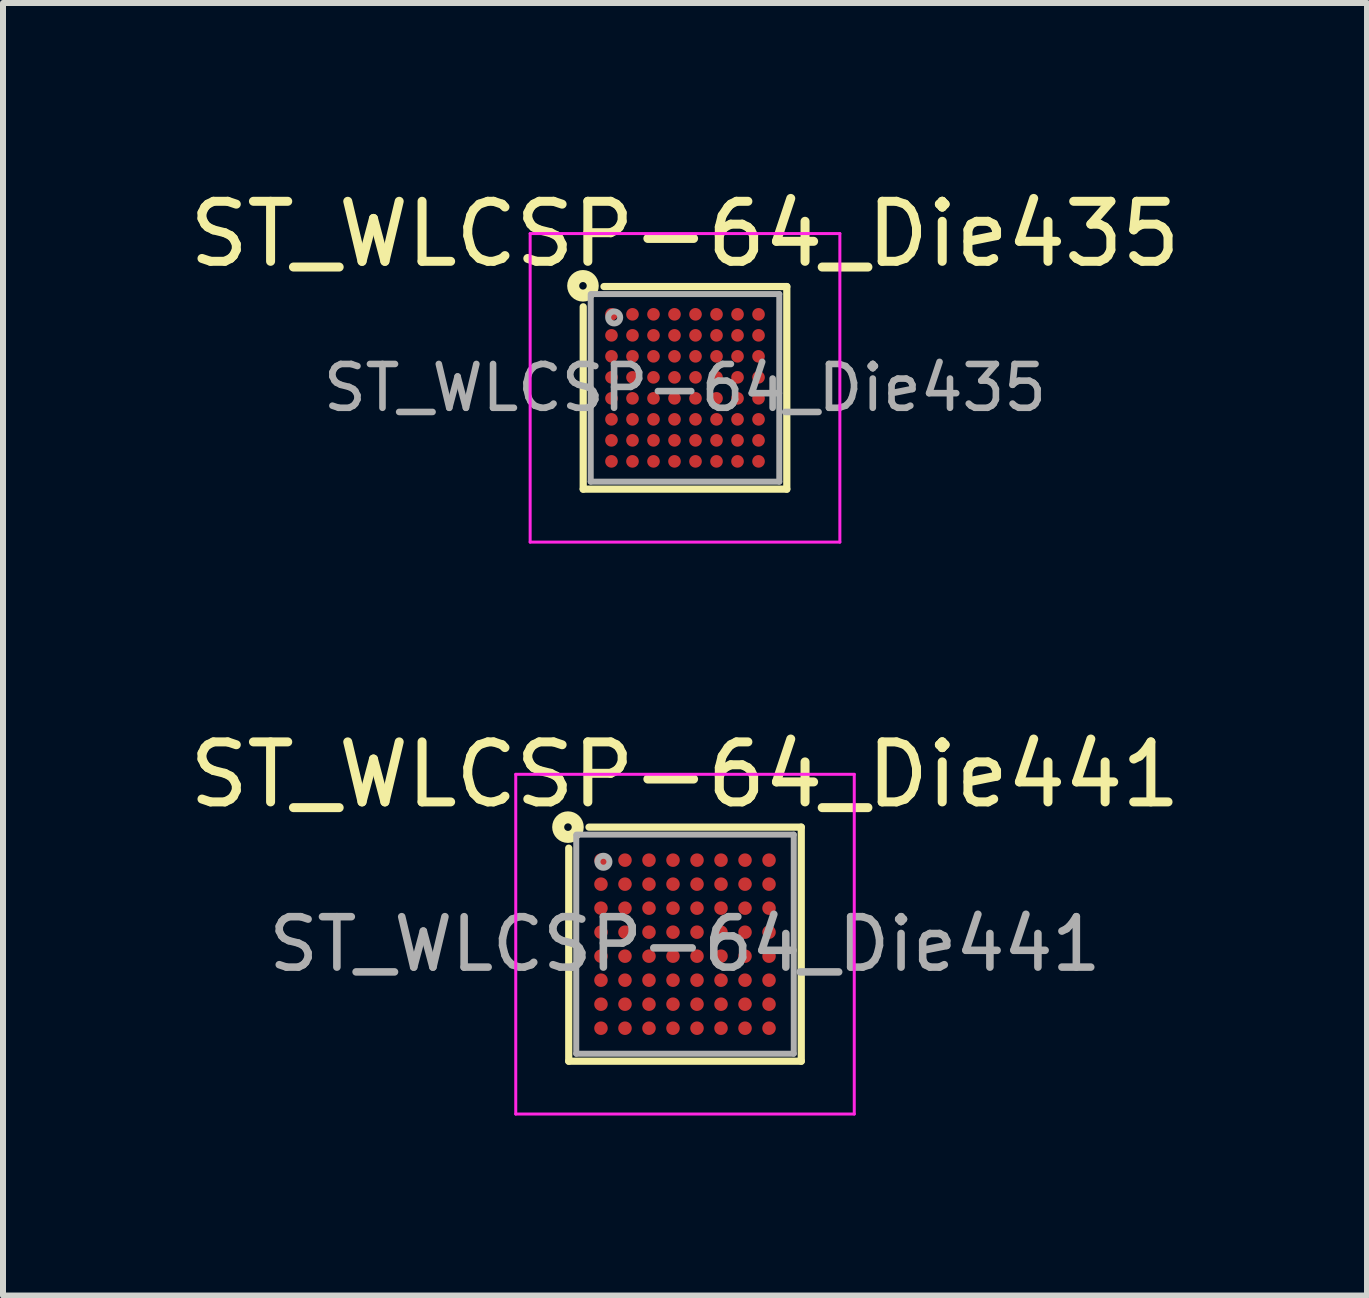
<source format=kicad_pcb>
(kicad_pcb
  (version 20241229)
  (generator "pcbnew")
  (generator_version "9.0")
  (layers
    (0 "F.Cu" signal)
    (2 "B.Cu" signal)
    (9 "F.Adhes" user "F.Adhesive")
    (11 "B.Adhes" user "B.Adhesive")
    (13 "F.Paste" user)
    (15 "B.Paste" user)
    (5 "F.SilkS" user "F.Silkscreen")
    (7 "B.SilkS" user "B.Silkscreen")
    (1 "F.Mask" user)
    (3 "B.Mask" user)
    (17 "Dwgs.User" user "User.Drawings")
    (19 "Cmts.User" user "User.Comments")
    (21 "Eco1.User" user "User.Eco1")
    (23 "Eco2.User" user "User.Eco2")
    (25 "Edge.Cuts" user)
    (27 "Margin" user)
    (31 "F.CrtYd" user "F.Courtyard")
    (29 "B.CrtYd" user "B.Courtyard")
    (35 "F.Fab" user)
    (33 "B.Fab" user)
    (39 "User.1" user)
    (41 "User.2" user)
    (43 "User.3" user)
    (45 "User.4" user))
  (footprint "ST_WLCSP-64_Die435"
    (layer "F.Cu")
    (at 8.363 3.412)
    (property "Reference" "ST_WLCSP-64_Die435" (at 0 -2.563 0) (layer "F.SilkS") (effects (font (size 1 1) (thickness 0.15))))
    (attr smd)
    (fp_line (start -1.696 1.688) (end -1.696 -1.35) (stroke (width 0.12) (type solid)) (layer "F.SilkS"))
    (fp_line (start -1.35 -1.688) (end 1.696 -1.688) (stroke (width 0.12) (type solid)) (layer "F.SilkS"))
    (fp_line (start 1.696 -1.688) (end 1.696 1.688) (stroke (width 0.12) (type solid)) (layer "F.SilkS"))
    (fp_line (start 1.696 1.688) (end -1.696 1.688) (stroke (width 0.12) (type solid)) (layer "F.SilkS"))
    (fp_circle (center -1.7 -1.7) (end -1.637 -1.7) (stroke (width 0.2) (type solid)) (fill no) (layer "F.SilkS"))
    (fp_line (start -2.58 -2.57) (end -2.58 2.57) (stroke (width 0.05) (type solid)) (layer "F.CrtYd"))
    (fp_line (start -2.58 2.57) (end 2.58 2.57) (stroke (width 0.05) (type solid)) (layer "F.CrtYd"))
    (fp_line (start 2.58 -2.57) (end -2.58 -2.57) (stroke (width 0.05) (type solid)) (layer "F.CrtYd"))
    (fp_line (start 2.58 2.57) (end 2.58 -2.57) (stroke (width 0.05) (type solid)) (layer "F.CrtYd"))
    (fp_line (start -1.571 1.563) (end -1.571 -1.56) (stroke (width 0.1) (type solid)) (layer "F.Fab"))
    (fp_line (start -1.56 -1.563) (end 1.571 -1.563) (stroke (width 0.1) (type solid)) (layer "F.Fab"))
    (fp_line (start 1.571 -1.563) (end 1.571 1.563) (stroke (width 0.1) (type solid)) (layer "F.Fab"))
    (fp_line (start 1.571 1.563) (end -1.571 1.563) (stroke (width 0.1) (type solid)) (layer "F.Fab"))
    (fp_circle (center -1.18 -1.173) (end -1.08 -1.173) (stroke (width 0.1) (type solid)) (fill no) (layer "F.Fab"))
    (fp_text user "${REFERENCE}" (at 0 0 0) (layer "F.Fab") (effects (font (size 0.73 0.73) (thickness 0.11))))
    (pad "A1" smd circle (at -1.225 -1.225) (size 0.21 0.21) (layers "F.Cu" "F.Mask" "F.Paste"))
    (pad "A2" smd circle (at -0.875 -1.225) (size 0.21 0.21) (layers "F.Cu" "F.Mask" "F.Paste"))
    (pad "A3" smd circle (at -0.525 -1.225) (size 0.21 0.21) (layers "F.Cu" "F.Mask" "F.Paste"))
    (pad "A4" smd circle (at -0.175 -1.225) (size 0.21 0.21) (layers "F.Cu" "F.Mask" "F.Paste"))
    (pad "A5" smd circle (at 0.175 -1.225) (size 0.21 0.21) (layers "F.Cu" "F.Mask" "F.Paste"))
    (pad "A6" smd circle (at 0.525 -1.225) (size 0.21 0.21) (layers "F.Cu" "F.Mask" "F.Paste"))
    (pad "A7" smd circle (at 0.875 -1.225) (size 0.21 0.21) (layers "F.Cu" "F.Mask" "F.Paste"))
    (pad "A8" smd circle (at 1.225 -1.225) (size 0.21 0.21) (layers "F.Cu" "F.Mask" "F.Paste"))
    (pad "B1" smd circle (at -1.225 -0.875) (size 0.21 0.21) (layers "F.Cu" "F.Mask" "F.Paste"))
    (pad "B2" smd circle (at -0.875 -0.875) (size 0.21 0.21) (layers "F.Cu" "F.Mask" "F.Paste"))
    (pad "B3" smd circle (at -0.525 -0.875) (size 0.21 0.21) (layers "F.Cu" "F.Mask" "F.Paste"))
    (pad "B4" smd circle (at -0.175 -0.875) (size 0.21 0.21) (layers "F.Cu" "F.Mask" "F.Paste"))
    (pad "B5" smd circle (at 0.175 -0.875) (size 0.21 0.21) (layers "F.Cu" "F.Mask" "F.Paste"))
    (pad "B6" smd circle (at 0.525 -0.875) (size 0.21 0.21) (layers "F.Cu" "F.Mask" "F.Paste"))
    (pad "B7" smd circle (at 0.875 -0.875) (size 0.21 0.21) (layers "F.Cu" "F.Mask" "F.Paste"))
    (pad "B8" smd circle (at 1.225 -0.875) (size 0.21 0.21) (layers "F.Cu" "F.Mask" "F.Paste"))
    (pad "C1" smd circle (at -1.225 -0.525) (size 0.21 0.21) (layers "F.Cu" "F.Mask" "F.Paste"))
    (pad "C2" smd circle (at -0.875 -0.525) (size 0.21 0.21) (layers "F.Cu" "F.Mask" "F.Paste"))
    (pad "C3" smd circle (at -0.525 -0.525) (size 0.21 0.21) (layers "F.Cu" "F.Mask" "F.Paste"))
    (pad "C4" smd circle (at -0.175 -0.525) (size 0.21 0.21) (layers "F.Cu" "F.Mask" "F.Paste"))
    (pad "C5" smd circle (at 0.175 -0.525) (size 0.21 0.21) (layers "F.Cu" "F.Mask" "F.Paste"))
    (pad "C6" smd circle (at 0.525 -0.525) (size 0.21 0.21) (layers "F.Cu" "F.Mask" "F.Paste"))
    (pad "C7" smd circle (at 0.875 -0.525) (size 0.21 0.21) (layers "F.Cu" "F.Mask" "F.Paste"))
    (pad "C8" smd circle (at 1.225 -0.525) (size 0.21 0.21) (layers "F.Cu" "F.Mask" "F.Paste"))
    (pad "D1" smd circle (at -1.225 -0.175) (size 0.21 0.21) (layers "F.Cu" "F.Mask" "F.Paste"))
    (pad "D2" smd circle (at -0.875 -0.175) (size 0.21 0.21) (layers "F.Cu" "F.Mask" "F.Paste"))
    (pad "D3" smd circle (at -0.525 -0.175) (size 0.21 0.21) (layers "F.Cu" "F.Mask" "F.Paste"))
    (pad "D4" smd circle (at -0.175 -0.175) (size 0.21 0.21) (layers "F.Cu" "F.Mask" "F.Paste"))
    (pad "D5" smd circle (at 0.175 -0.175) (size 0.21 0.21) (layers "F.Cu" "F.Mask" "F.Paste"))
    (pad "D6" smd circle (at 0.525 -0.175) (size 0.21 0.21) (layers "F.Cu" "F.Mask" "F.Paste"))
    (pad "D7" smd circle (at 0.875 -0.175) (size 0.21 0.21) (layers "F.Cu" "F.Mask" "F.Paste"))
    (pad "D8" smd circle (at 1.225 -0.175) (size 0.21 0.21) (layers "F.Cu" "F.Mask" "F.Paste"))
    (pad "E1" smd circle (at -1.225 0.175) (size 0.21 0.21) (layers "F.Cu" "F.Mask" "F.Paste"))
    (pad "E2" smd circle (at -0.875 0.175) (size 0.21 0.21) (layers "F.Cu" "F.Mask" "F.Paste"))
    (pad "E3" smd circle (at -0.525 0.175) (size 0.21 0.21) (layers "F.Cu" "F.Mask" "F.Paste"))
    (pad "E4" smd circle (at -0.175 0.175) (size 0.21 0.21) (layers "F.Cu" "F.Mask" "F.Paste"))
    (pad "E5" smd circle (at 0.175 0.175) (size 0.21 0.21) (layers "F.Cu" "F.Mask" "F.Paste"))
    (pad "E6" smd circle (at 0.525 0.175) (size 0.21 0.21) (layers "F.Cu" "F.Mask" "F.Paste"))
    (pad "E7" smd circle (at 0.875 0.175) (size 0.21 0.21) (layers "F.Cu" "F.Mask" "F.Paste"))
    (pad "E8" smd circle (at 1.225 0.175) (size 0.21 0.21) (layers "F.Cu" "F.Mask" "F.Paste"))
    (pad "F1" smd circle (at -1.225 0.525) (size 0.21 0.21) (layers "F.Cu" "F.Mask" "F.Paste"))
    (pad "F2" smd circle (at -0.875 0.525) (size 0.21 0.21) (layers "F.Cu" "F.Mask" "F.Paste"))
    (pad "F3" smd circle (at -0.525 0.525) (size 0.21 0.21) (layers "F.Cu" "F.Mask" "F.Paste"))
    (pad "F4" smd circle (at -0.175 0.525) (size 0.21 0.21) (layers "F.Cu" "F.Mask" "F.Paste"))
    (pad "F5" smd circle (at 0.175 0.525) (size 0.21 0.21) (layers "F.Cu" "F.Mask" "F.Paste"))
    (pad "F6" smd circle (at 0.525 0.525) (size 0.21 0.21) (layers "F.Cu" "F.Mask" "F.Paste"))
    (pad "F7" smd circle (at 0.875 0.525) (size 0.21 0.21) (layers "F.Cu" "F.Mask" "F.Paste"))
    (pad "F8" smd circle (at 1.225 0.525) (size 0.21 0.21) (layers "F.Cu" "F.Mask" "F.Paste"))
    (pad "G1" smd circle (at -1.225 0.875) (size 0.21 0.21) (layers "F.Cu" "F.Mask" "F.Paste"))
    (pad "G2" smd circle (at -0.875 0.875) (size 0.21 0.21) (layers "F.Cu" "F.Mask" "F.Paste"))
    (pad "G3" smd circle (at -0.525 0.875) (size 0.21 0.21) (layers "F.Cu" "F.Mask" "F.Paste"))
    (pad "G4" smd circle (at -0.175 0.875) (size 0.21 0.21) (layers "F.Cu" "F.Mask" "F.Paste"))
    (pad "G5" smd circle (at 0.175 0.875) (size 0.21 0.21) (layers "F.Cu" "F.Mask" "F.Paste"))
    (pad "G6" smd circle (at 0.525 0.875) (size 0.21 0.21) (layers "F.Cu" "F.Mask" "F.Paste"))
    (pad "G7" smd circle (at 0.875 0.875) (size 0.21 0.21) (layers "F.Cu" "F.Mask" "F.Paste"))
    (pad "G8" smd circle (at 1.225 0.875) (size 0.21 0.21) (layers "F.Cu" "F.Mask" "F.Paste"))
    (pad "H1" smd circle (at -1.225 1.225) (size 0.21 0.21) (layers "F.Cu" "F.Mask" "F.Paste"))
    (pad "H2" smd circle (at -0.875 1.225) (size 0.21 0.21) (layers "F.Cu" "F.Mask" "F.Paste"))
    (pad "H3" smd circle (at -0.525 1.225) (size 0.21 0.21) (layers "F.Cu" "F.Mask" "F.Paste"))
    (pad "H4" smd circle (at -0.175 1.225) (size 0.21 0.21) (layers "F.Cu" "F.Mask" "F.Paste"))
    (pad "H5" smd circle (at 0.175 1.225) (size 0.21 0.21) (layers "F.Cu" "F.Mask" "F.Paste"))
    (pad "H6" smd circle (at 0.525 1.225) (size 0.21 0.21) (layers "F.Cu" "F.Mask" "F.Paste"))
    (pad "H7" smd circle (at 0.875 1.225) (size 0.21 0.21) (layers "F.Cu" "F.Mask" "F.Paste"))
    (pad "H8" smd circle (at 1.225 1.225) (size 0.21 0.21) (layers "F.Cu" "F.Mask" "F.Paste")))
  (footprint "ST_WLCSP-64_Die441"
    (layer "F.Cu")
    (at 8.363 12.681)
    (property "Reference" "ST_WLCSP-64_Die441" (at 0 -2.825 0) (layer "F.SilkS") (effects (font (size 1 1) (thickness 0.15))))
    (attr smd)
    (fp_line (start -1.937 1.95) (end -1.937 -1.6) (stroke (width 0.12) (type solid)) (layer "F.SilkS"))
    (fp_line (start -1.6 -1.95) (end 1.937 -1.95) (stroke (width 0.12) (type solid)) (layer "F.SilkS"))
    (fp_line (start 1.937 -1.95) (end 1.937 1.95) (stroke (width 0.12) (type solid)) (layer "F.SilkS"))
    (fp_line (start 1.937 1.95) (end -1.937 1.95) (stroke (width 0.12) (type solid)) (layer "F.SilkS"))
    (fp_circle (center -1.95 -1.95) (end -1.887 -1.95) (stroke (width 0.2) (type solid)) (fill no) (layer "F.SilkS"))
    (fp_line (start -2.82 -2.83) (end -2.82 2.83) (stroke (width 0.05) (type solid)) (layer "F.CrtYd"))
    (fp_line (start -2.82 2.83) (end 2.82 2.83) (stroke (width 0.05) (type solid)) (layer "F.CrtYd"))
    (fp_line (start 2.82 -2.83) (end -2.82 -2.83) (stroke (width 0.05) (type solid)) (layer "F.CrtYd"))
    (fp_line (start 2.82 2.83) (end 2.82 -2.83) (stroke (width 0.05) (type solid)) (layer "F.CrtYd"))
    (fp_line (start -1.812 1.825) (end -1.812 -1.81) (stroke (width 0.1) (type solid)) (layer "F.Fab"))
    (fp_line (start -1.81 -1.825) (end 1.812 -1.825) (stroke (width 0.1) (type solid)) (layer "F.Fab"))
    (fp_line (start 1.812 -1.825) (end 1.812 1.825) (stroke (width 0.1) (type solid)) (layer "F.Fab"))
    (fp_line (start 1.812 1.825) (end -1.812 1.825) (stroke (width 0.1) (type solid)) (layer "F.Fab"))
    (fp_circle (center -1.359 -1.373) (end -1.259 -1.373) (stroke (width 0.1) (type solid)) (fill no) (layer "F.Fab"))
    (fp_text user "${REFERENCE}" (at 0 0 0) (layer "F.Fab") (effects (font (size 0.84 0.84) (thickness 0.126))))
    (pad "A1" smd circle (at -1.4 -1.4) (size 0.225 0.225) (layers "F.Cu" "F.Mask" "F.Paste"))
    (pad "A2" smd circle (at -1 -1.4) (size 0.225 0.225) (layers "F.Cu" "F.Mask" "F.Paste"))
    (pad "A3" smd circle (at -0.6 -1.4) (size 0.225 0.225) (layers "F.Cu" "F.Mask" "F.Paste"))
    (pad "A4" smd circle (at -0.2 -1.4) (size 0.225 0.225) (layers "F.Cu" "F.Mask" "F.Paste"))
    (pad "A5" smd circle (at 0.2 -1.4) (size 0.225 0.225) (layers "F.Cu" "F.Mask" "F.Paste"))
    (pad "A6" smd circle (at 0.6 -1.4) (size 0.225 0.225) (layers "F.Cu" "F.Mask" "F.Paste"))
    (pad "A7" smd circle (at 1 -1.4) (size 0.225 0.225) (layers "F.Cu" "F.Mask" "F.Paste"))
    (pad "A8" smd circle (at 1.4 -1.4) (size 0.225 0.225) (layers "F.Cu" "F.Mask" "F.Paste"))
    (pad "B1" smd circle (at -1.4 -1) (size 0.225 0.225) (layers "F.Cu" "F.Mask" "F.Paste"))
    (pad "B2" smd circle (at -1 -1) (size 0.225 0.225) (layers "F.Cu" "F.Mask" "F.Paste"))
    (pad "B3" smd circle (at -0.6 -1) (size 0.225 0.225) (layers "F.Cu" "F.Mask" "F.Paste"))
    (pad "B4" smd circle (at -0.2 -1) (size 0.225 0.225) (layers "F.Cu" "F.Mask" "F.Paste"))
    (pad "B5" smd circle (at 0.2 -1) (size 0.225 0.225) (layers "F.Cu" "F.Mask" "F.Paste"))
    (pad "B6" smd circle (at 0.6 -1) (size 0.225 0.225) (layers "F.Cu" "F.Mask" "F.Paste"))
    (pad "B7" smd circle (at 1 -1) (size 0.225 0.225) (layers "F.Cu" "F.Mask" "F.Paste"))
    (pad "B8" smd circle (at 1.4 -1) (size 0.225 0.225) (layers "F.Cu" "F.Mask" "F.Paste"))
    (pad "C1" smd circle (at -1.4 -0.6) (size 0.225 0.225) (layers "F.Cu" "F.Mask" "F.Paste"))
    (pad "C2" smd circle (at -1 -0.6) (size 0.225 0.225) (layers "F.Cu" "F.Mask" "F.Paste"))
    (pad "C3" smd circle (at -0.6 -0.6) (size 0.225 0.225) (layers "F.Cu" "F.Mask" "F.Paste"))
    (pad "C4" smd circle (at -0.2 -0.6) (size 0.225 0.225) (layers "F.Cu" "F.Mask" "F.Paste"))
    (pad "C5" smd circle (at 0.2 -0.6) (size 0.225 0.225) (layers "F.Cu" "F.Mask" "F.Paste"))
    (pad "C6" smd circle (at 0.6 -0.6) (size 0.225 0.225) (layers "F.Cu" "F.Mask" "F.Paste"))
    (pad "C7" smd circle (at 1 -0.6) (size 0.225 0.225) (layers "F.Cu" "F.Mask" "F.Paste"))
    (pad "C8" smd circle (at 1.4 -0.6) (size 0.225 0.225) (layers "F.Cu" "F.Mask" "F.Paste"))
    (pad "D1" smd circle (at -1.4 -0.2) (size 0.225 0.225) (layers "F.Cu" "F.Mask" "F.Paste"))
    (pad "D2" smd circle (at -1 -0.2) (size 0.225 0.225) (layers "F.Cu" "F.Mask" "F.Paste"))
    (pad "D3" smd circle (at -0.6 -0.2) (size 0.225 0.225) (layers "F.Cu" "F.Mask" "F.Paste"))
    (pad "D4" smd circle (at -0.2 -0.2) (size 0.225 0.225) (layers "F.Cu" "F.Mask" "F.Paste"))
    (pad "D5" smd circle (at 0.2 -0.2) (size 0.225 0.225) (layers "F.Cu" "F.Mask" "F.Paste"))
    (pad "D6" smd circle (at 0.6 -0.2) (size 0.225 0.225) (layers "F.Cu" "F.Mask" "F.Paste"))
    (pad "D7" smd circle (at 1 -0.2) (size 0.225 0.225) (layers "F.Cu" "F.Mask" "F.Paste"))
    (pad "D8" smd circle (at 1.4 -0.2) (size 0.225 0.225) (layers "F.Cu" "F.Mask" "F.Paste"))
    (pad "E1" smd circle (at -1.4 0.2) (size 0.225 0.225) (layers "F.Cu" "F.Mask" "F.Paste"))
    (pad "E2" smd circle (at -1 0.2) (size 0.225 0.225) (layers "F.Cu" "F.Mask" "F.Paste"))
    (pad "E3" smd circle (at -0.6 0.2) (size 0.225 0.225) (layers "F.Cu" "F.Mask" "F.Paste"))
    (pad "E4" smd circle (at -0.2 0.2) (size 0.225 0.225) (layers "F.Cu" "F.Mask" "F.Paste"))
    (pad "E5" smd circle (at 0.2 0.2) (size 0.225 0.225) (layers "F.Cu" "F.Mask" "F.Paste"))
    (pad "E6" smd circle (at 0.6 0.2) (size 0.225 0.225) (layers "F.Cu" "F.Mask" "F.Paste"))
    (pad "E7" smd circle (at 1 0.2) (size 0.225 0.225) (layers "F.Cu" "F.Mask" "F.Paste"))
    (pad "E8" smd circle (at 1.4 0.2) (size 0.225 0.225) (layers "F.Cu" "F.Mask" "F.Paste"))
    (pad "F1" smd circle (at -1.4 0.6) (size 0.225 0.225) (layers "F.Cu" "F.Mask" "F.Paste"))
    (pad "F2" smd circle (at -1 0.6) (size 0.225 0.225) (layers "F.Cu" "F.Mask" "F.Paste"))
    (pad "F3" smd circle (at -0.6 0.6) (size 0.225 0.225) (layers "F.Cu" "F.Mask" "F.Paste"))
    (pad "F4" smd circle (at -0.2 0.6) (size 0.225 0.225) (layers "F.Cu" "F.Mask" "F.Paste"))
    (pad "F5" smd circle (at 0.2 0.6) (size 0.225 0.225) (layers "F.Cu" "F.Mask" "F.Paste"))
    (pad "F6" smd circle (at 0.6 0.6) (size 0.225 0.225) (layers "F.Cu" "F.Mask" "F.Paste"))
    (pad "F7" smd circle (at 1 0.6) (size 0.225 0.225) (layers "F.Cu" "F.Mask" "F.Paste"))
    (pad "F8" smd circle (at 1.4 0.6) (size 0.225 0.225) (layers "F.Cu" "F.Mask" "F.Paste"))
    (pad "G1" smd circle (at -1.4 1) (size 0.225 0.225) (layers "F.Cu" "F.Mask" "F.Paste"))
    (pad "G2" smd circle (at -1 1) (size 0.225 0.225) (layers "F.Cu" "F.Mask" "F.Paste"))
    (pad "G3" smd circle (at -0.6 1) (size 0.225 0.225) (layers "F.Cu" "F.Mask" "F.Paste"))
    (pad "G4" smd circle (at -0.2 1) (size 0.225 0.225) (layers "F.Cu" "F.Mask" "F.Paste"))
    (pad "G5" smd circle (at 0.2 1) (size 0.225 0.225) (layers "F.Cu" "F.Mask" "F.Paste"))
    (pad "G6" smd circle (at 0.6 1) (size 0.225 0.225) (layers "F.Cu" "F.Mask" "F.Paste"))
    (pad "G7" smd circle (at 1 1) (size 0.225 0.225) (layers "F.Cu" "F.Mask" "F.Paste"))
    (pad "G8" smd circle (at 1.4 1) (size 0.225 0.225) (layers "F.Cu" "F.Mask" "F.Paste"))
    (pad "H1" smd circle (at -1.4 1.4) (size 0.225 0.225) (layers "F.Cu" "F.Mask" "F.Paste"))
    (pad "H2" smd circle (at -1 1.4) (size 0.225 0.225) (layers "F.Cu" "F.Mask" "F.Paste"))
    (pad "H3" smd circle (at -0.6 1.4) (size 0.225 0.225) (layers "F.Cu" "F.Mask" "F.Paste"))
    (pad "H4" smd circle (at -0.2 1.4) (size 0.225 0.225) (layers "F.Cu" "F.Mask" "F.Paste"))
    (pad "H5" smd circle (at 0.2 1.4) (size 0.225 0.225) (layers "F.Cu" "F.Mask" "F.Paste"))
    (pad "H6" smd circle (at 0.6 1.4) (size 0.225 0.225) (layers "F.Cu" "F.Mask" "F.Paste"))
    (pad "H7" smd circle (at 1 1.4) (size 0.225 0.225) (layers "F.Cu" "F.Mask" "F.Paste"))
    (pad "H8" smd circle (at 1.4 1.4) (size 0.225 0.225) (layers "F.Cu" "F.Mask" "F.Paste")))
  (gr_rect
    (start -3 -3)
    (end 19.726 18.535)
    (stroke (width 0.1) (type default))
    (fill no)
    (layer "Edge.Cuts")))
</source>
